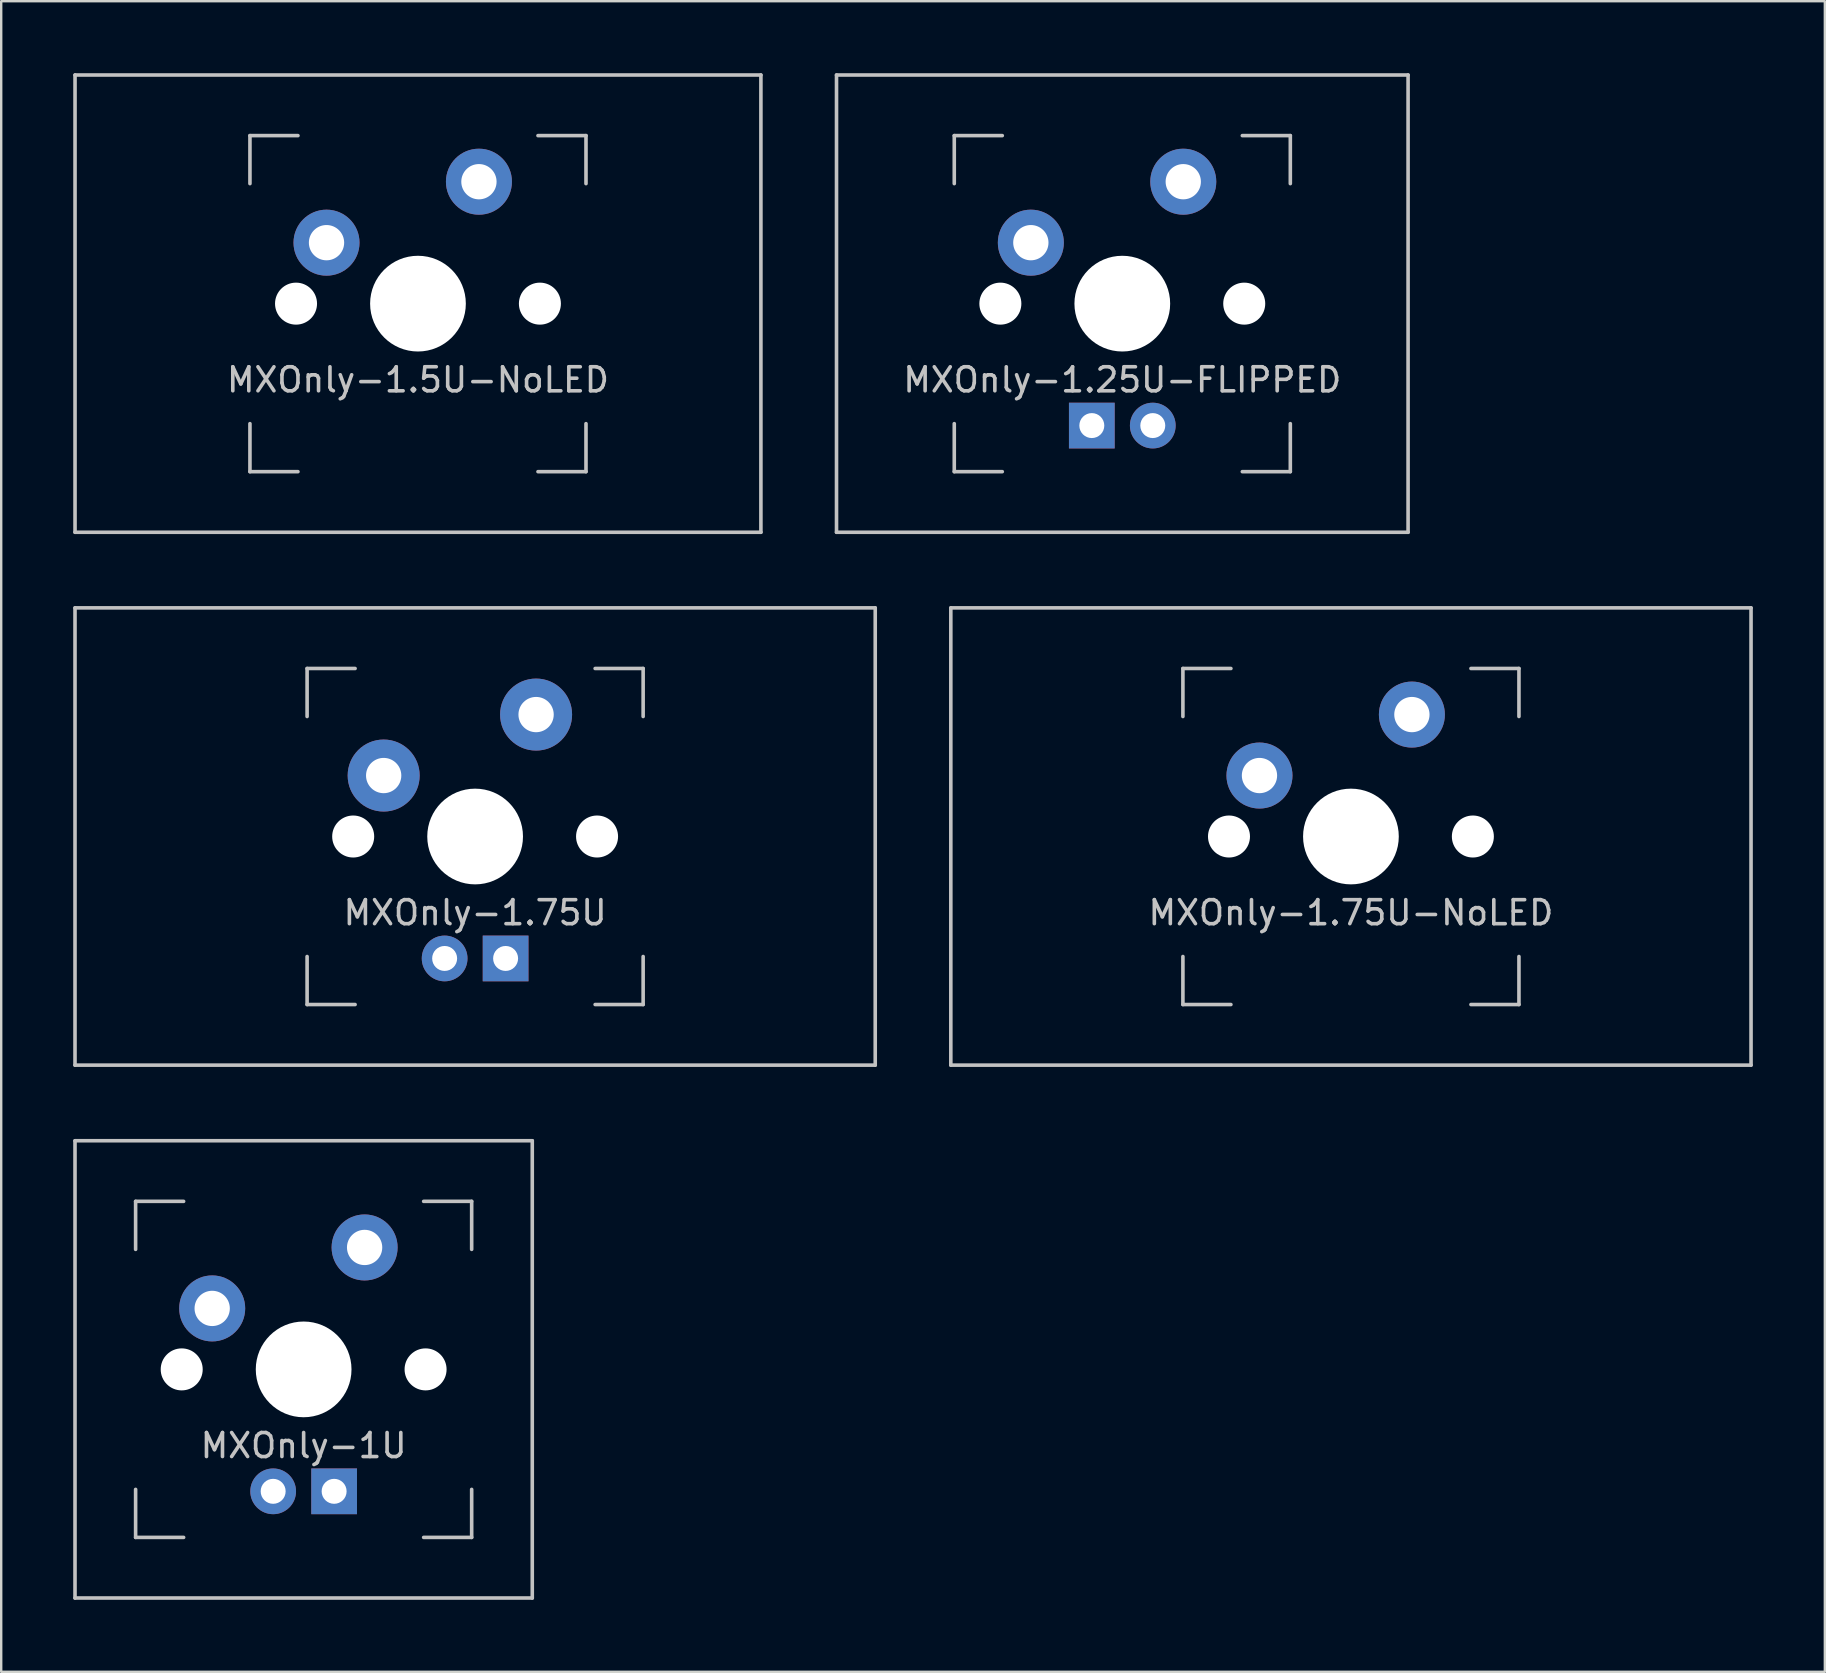
<source format=kicad_pcb>
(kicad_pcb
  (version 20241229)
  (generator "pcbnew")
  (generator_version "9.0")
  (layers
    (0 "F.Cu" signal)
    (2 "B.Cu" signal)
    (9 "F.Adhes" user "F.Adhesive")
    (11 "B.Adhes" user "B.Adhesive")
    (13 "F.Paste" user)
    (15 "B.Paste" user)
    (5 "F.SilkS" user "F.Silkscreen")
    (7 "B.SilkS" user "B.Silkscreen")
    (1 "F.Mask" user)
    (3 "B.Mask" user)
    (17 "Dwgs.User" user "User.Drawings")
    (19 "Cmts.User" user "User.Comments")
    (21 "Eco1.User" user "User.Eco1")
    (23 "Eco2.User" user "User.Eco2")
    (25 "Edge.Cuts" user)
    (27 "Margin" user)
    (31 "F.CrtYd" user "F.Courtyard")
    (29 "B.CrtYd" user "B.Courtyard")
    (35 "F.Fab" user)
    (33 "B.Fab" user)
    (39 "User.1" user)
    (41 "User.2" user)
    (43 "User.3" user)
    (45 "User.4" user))
  (footprint "MXOnly-1.5U-NoLED"
    (layer "F.Cu")
    (at 14.363 9.6)
    (property "Reference" "MXOnly-1.5U-NoLED" (at 0 3.175 0) (layer "Dwgs.User") (effects (font (size 1 1) (thickness 0.15))))
    (attr through_hole)
    (fp_line (start -14.287 -9.525) (end 14.287 -9.525) (stroke (width 0.15) (type solid)) (layer "Dwgs.User"))
    (fp_line (start -14.287 9.525) (end -14.287 -9.525) (stroke (width 0.15) (type solid)) (layer "Dwgs.User"))
    (fp_line (start -14.287 9.525) (end 14.287 9.525) (stroke (width 0.15) (type solid)) (layer "Dwgs.User"))
    (fp_line (start -7 -7) (end -7 -5) (stroke (width 0.15) (type solid)) (layer "Dwgs.User"))
    (fp_line (start -7 5) (end -7 7) (stroke (width 0.15) (type solid)) (layer "Dwgs.User"))
    (fp_line (start -7 7) (end -5 7) (stroke (width 0.15) (type solid)) (layer "Dwgs.User"))
    (fp_line (start -5 -7) (end -7 -7) (stroke (width 0.15) (type solid)) (layer "Dwgs.User"))
    (fp_line (start 5 -7) (end 7 -7) (stroke (width 0.15) (type solid)) (layer "Dwgs.User"))
    (fp_line (start 5 7) (end 7 7) (stroke (width 0.15) (type solid)) (layer "Dwgs.User"))
    (fp_line (start 7 -7) (end 7 -5) (stroke (width 0.15) (type solid)) (layer "Dwgs.User"))
    (fp_line (start 7 7) (end 7 5) (stroke (width 0.15) (type solid)) (layer "Dwgs.User"))
    (fp_line (start 14.287 -9.525) (end 14.287 9.525) (stroke (width 0.15) (type solid)) (layer "Dwgs.User"))
    (pad "" np_thru_hole circle (at -5.08 0 48.1) (size 1.75 1.75) (drill 1.75) (layers "*.Cu" "*.Mask"))
    (pad "" np_thru_hole circle (at 0 0) (size 3.988 3.988) (drill 3.988) (layers "*.Cu" "*.Mask"))
    (pad "" np_thru_hole circle (at 5.08 0 48.1) (size 1.75 1.75) (drill 1.75) (layers "*.Cu" "*.Mask"))
    (pad "1" thru_hole circle (at -3.81 -2.54) (size 2.75 2.75) (drill 1.47) (layers "*.Cu" "B.Mask"))
    (pad "2" thru_hole circle (at 2.54 -5.08) (size 2.75 2.75) (drill 1.47) (layers "*.Cu" "B.Mask")))
  (footprint "MXOnly-1.75U-NoLED"
    (layer "F.Cu")
    (at 53.231 31.8)
    (property "Reference" "MXOnly-1.75U-NoLED" (at 0 3.175 0) (layer "Dwgs.User") (effects (font (size 1 1) (thickness 0.15))))
    (attr through_hole)
    (fp_line (start -16.669 -9.525) (end 16.669 -9.525) (stroke (width 0.15) (type solid)) (layer "Dwgs.User"))
    (fp_line (start -16.669 9.525) (end -16.669 -9.525) (stroke (width 0.15) (type solid)) (layer "Dwgs.User"))
    (fp_line (start -16.669 9.525) (end 16.669 9.525) (stroke (width 0.15) (type solid)) (layer "Dwgs.User"))
    (fp_line (start -7 -7) (end -7 -5) (stroke (width 0.15) (type solid)) (layer "Dwgs.User"))
    (fp_line (start -7 5) (end -7 7) (stroke (width 0.15) (type solid)) (layer "Dwgs.User"))
    (fp_line (start -7 7) (end -5 7) (stroke (width 0.15) (type solid)) (layer "Dwgs.User"))
    (fp_line (start -5 -7) (end -7 -7) (stroke (width 0.15) (type solid)) (layer "Dwgs.User"))
    (fp_line (start 5 -7) (end 7 -7) (stroke (width 0.15) (type solid)) (layer "Dwgs.User"))
    (fp_line (start 5 7) (end 7 7) (stroke (width 0.15) (type solid)) (layer "Dwgs.User"))
    (fp_line (start 7 -7) (end 7 -5) (stroke (width 0.15) (type solid)) (layer "Dwgs.User"))
    (fp_line (start 7 7) (end 7 5) (stroke (width 0.15) (type solid)) (layer "Dwgs.User"))
    (fp_line (start 16.669 -9.525) (end 16.669 9.525) (stroke (width 0.15) (type solid)) (layer "Dwgs.User"))
    (pad "" np_thru_hole circle (at -5.08 0 48.1) (size 1.75 1.75) (drill 1.75) (layers "*.Cu" "*.Mask"))
    (pad "" np_thru_hole circle (at 0 0) (size 3.988 3.988) (drill 3.988) (layers "*.Cu" "*.Mask"))
    (pad "" np_thru_hole circle (at 5.08 0 48.1) (size 1.75 1.75) (drill 1.75) (layers "*.Cu" "*.Mask"))
    (pad "1" thru_hole circle (at -3.81 -2.54) (size 2.75 2.75) (drill 1.47) (layers "*.Cu" "B.Mask"))
    (pad "2" thru_hole circle (at 2.54 -5.08) (size 2.75 2.75) (drill 1.47) (layers "*.Cu" "B.Mask")))
  (footprint "MXOnly-1U"
    (layer "F.Cu")
    (at 9.6 54)
    (property "Reference" "MXOnly-1U" (at 0 3.175 0) (layer "Dwgs.User") (effects (font (size 1 1) (thickness 0.15))))
    (attr through_hole)
    (fp_line (start -9.525 -9.525) (end 9.525 -9.525) (stroke (width 0.15) (type solid)) (layer "Dwgs.User"))
    (fp_line (start -9.525 9.525) (end -9.525 -9.525) (stroke (width 0.15) (type solid)) (layer "Dwgs.User"))
    (fp_line (start -7 -7) (end -7 -5) (stroke (width 0.15) (type solid)) (layer "Dwgs.User"))
    (fp_line (start -7 5) (end -7 7) (stroke (width 0.15) (type solid)) (layer "Dwgs.User"))
    (fp_line (start -7 7) (end -5 7) (stroke (width 0.15) (type solid)) (layer "Dwgs.User"))
    (fp_line (start -5 -7) (end -7 -7) (stroke (width 0.15) (type solid)) (layer "Dwgs.User"))
    (fp_line (start 5 -7) (end 7 -7) (stroke (width 0.15) (type solid)) (layer "Dwgs.User"))
    (fp_line (start 5 7) (end 7 7) (stroke (width 0.15) (type solid)) (layer "Dwgs.User"))
    (fp_line (start 7 -7) (end 7 -5) (stroke (width 0.15) (type solid)) (layer "Dwgs.User"))
    (fp_line (start 7 7) (end 7 5) (stroke (width 0.15) (type solid)) (layer "Dwgs.User"))
    (fp_line (start 9.525 -9.525) (end 9.525 9.525) (stroke (width 0.15) (type solid)) (layer "Dwgs.User"))
    (fp_line (start 9.525 9.525) (end -9.525 9.525) (stroke (width 0.15) (type solid)) (layer "Dwgs.User"))
    (pad "" np_thru_hole circle (at -5.08 0 48.1) (size 1.75 1.75) (drill 1.75) (layers "*.Cu" "*.Mask"))
    (pad "" np_thru_hole circle (at 0 0) (size 3.988 3.988) (drill 3.988) (layers "*.Cu" "*.Mask"))
    (pad "" np_thru_hole circle (at 5.08 0 48.1) (size 1.75 1.75) (drill 1.75) (layers "*.Cu" "*.Mask"))
    (pad "1" thru_hole circle (at -3.81 -2.54) (size 2.75 2.75) (drill 1.47) (layers "*.Cu" "B.Mask"))
    (pad "2" thru_hole circle (at 2.54 -5.08) (size 2.75 2.75) (drill 1.47) (layers "*.Cu" "B.Mask"))
    (pad "3" thru_hole circle (at -1.27 5.08) (size 1.905 1.905) (drill 1.04) (layers "*.Cu" "B.Mask"))
    (pad "4" thru_hole rect (at 1.27 5.08) (size 1.905 1.905) (drill 1.04) (layers "*.Cu" "B.Mask")))
  (footprint "MXOnly-1.75U"
    (layer "F.Cu")
    (at 16.744 31.8)
    (property "Reference" "MXOnly-1.75U" (at 0 3.175 0) (layer "Dwgs.User") (effects (font (size 1 1) (thickness 0.15))))
    (attr through_hole)
    (fp_line (start -16.669 -9.525) (end 16.669 -9.525) (stroke (width 0.15) (type solid)) (layer "Dwgs.User"))
    (fp_line (start -16.669 9.525) (end -16.669 -9.525) (stroke (width 0.15) (type solid)) (layer "Dwgs.User"))
    (fp_line (start -16.669 9.525) (end 16.669 9.525) (stroke (width 0.15) (type solid)) (layer "Dwgs.User"))
    (fp_line (start -7 -7) (end -7 -5) (stroke (width 0.15) (type solid)) (layer "Dwgs.User"))
    (fp_line (start -7 5) (end -7 7) (stroke (width 0.15) (type solid)) (layer "Dwgs.User"))
    (fp_line (start -7 7) (end -5 7) (stroke (width 0.15) (type solid)) (layer "Dwgs.User"))
    (fp_line (start -5 -7) (end -7 -7) (stroke (width 0.15) (type solid)) (layer "Dwgs.User"))
    (fp_line (start 5 -7) (end 7 -7) (stroke (width 0.15) (type solid)) (layer "Dwgs.User"))
    (fp_line (start 5 7) (end 7 7) (stroke (width 0.15) (type solid)) (layer "Dwgs.User"))
    (fp_line (start 7 -7) (end 7 -5) (stroke (width 0.15) (type solid)) (layer "Dwgs.User"))
    (fp_line (start 7 7) (end 7 5) (stroke (width 0.15) (type solid)) (layer "Dwgs.User"))
    (fp_line (start 16.669 -9.525) (end 16.669 9.525) (stroke (width 0.15) (type solid)) (layer "Dwgs.User"))
    (pad "" np_thru_hole circle (at -5.08 0 48.1) (size 1.75 1.75) (drill 1.75) (layers "*.Cu" "*.Mask"))
    (pad "" np_thru_hole circle (at 0 0) (size 3.988 3.988) (drill 3.988) (layers "*.Cu" "*.Mask"))
    (pad "" np_thru_hole circle (at 5.08 0 48.1) (size 1.75 1.75) (drill 1.75) (layers "*.Cu" "*.Mask"))
    (pad "1" thru_hole circle (at -3.81 -2.54) (size 3 3) (drill 1.47) (layers "*.Cu" "B.Mask"))
    (pad "2" thru_hole circle (at 2.54 -5.08) (size 3 3) (drill 1.47) (layers "*.Cu" "B.Mask"))
    (pad "3" thru_hole circle (at -1.27 5.08) (size 1.905 1.905) (drill 1.04) (layers "*.Cu" "B.Mask"))
    (pad "4" thru_hole rect (at 1.27 5.08) (size 1.905 1.905) (drill 1.04) (layers "*.Cu" "B.Mask")))
  (footprint "MXOnly-1.25U-FLIPPED"
    (layer "F.Cu")
    (at 43.706 9.6)
    (property "Reference" "MXOnly-1.25U-FLIPPED" (at 0 3.175 0) (layer "Dwgs.User") (effects (font (size 1 1) (thickness 0.15))))
    (attr through_hole)
    (fp_line (start -11.906 -9.525) (end 11.906 -9.525) (stroke (width 0.15) (type solid)) (layer "Dwgs.User"))
    (fp_line (start -11.906 9.525) (end -11.906 -9.525) (stroke (width 0.15) (type solid)) (layer "Dwgs.User"))
    (fp_line (start -11.906 9.525) (end 11.906 9.525) (stroke (width 0.15) (type solid)) (layer "Dwgs.User"))
    (fp_line (start -7 -7) (end -7 -5) (stroke (width 0.15) (type solid)) (layer "Dwgs.User"))
    (fp_line (start -7 5) (end -7 7) (stroke (width 0.15) (type solid)) (layer "Dwgs.User"))
    (fp_line (start -7 7) (end -5 7) (stroke (width 0.15) (type solid)) (layer "Dwgs.User"))
    (fp_line (start -5 -7) (end -7 -7) (stroke (width 0.15) (type solid)) (layer "Dwgs.User"))
    (fp_line (start 5 -7) (end 7 -7) (stroke (width 0.15) (type solid)) (layer "Dwgs.User"))
    (fp_line (start 5 7) (end 7 7) (stroke (width 0.15) (type solid)) (layer "Dwgs.User"))
    (fp_line (start 7 -7) (end 7 -5) (stroke (width 0.15) (type solid)) (layer "Dwgs.User"))
    (fp_line (start 7 7) (end 7 5) (stroke (width 0.15) (type solid)) (layer "Dwgs.User"))
    (fp_line (start 11.906 -9.525) (end 11.906 9.525) (stroke (width 0.15) (type solid)) (layer "Dwgs.User"))
    (pad "" np_thru_hole circle (at -5.08 0 48.1) (size 1.75 1.75) (drill 1.75) (layers "*.Cu" "*.Mask"))
    (pad "" np_thru_hole circle (at 0 0) (size 3.988 3.988) (drill 3.988) (layers "*.Cu" "*.Mask"))
    (pad "" np_thru_hole circle (at 5.08 0 48.1) (size 1.75 1.75) (drill 1.75) (layers "*.Cu" "*.Mask"))
    (pad "1" thru_hole circle (at -3.81 -2.54) (size 2.75 2.75) (drill 1.47) (layers "*.Cu" "B.Mask"))
    (pad "2" thru_hole circle (at 2.54 -5.08) (size 2.75 2.75) (drill 1.47) (layers "*.Cu" "B.Mask"))
    (pad "3" thru_hole circle (at 1.27 5.08) (size 1.905 1.905) (drill 1.04) (layers "*.Cu" "B.Mask"))
    (pad "4" thru_hole rect (at -1.27 5.08) (size 1.905 1.905) (drill 1.04) (layers "*.Cu" "B.Mask")))
  (gr_rect
    (start -3 -3)
    (end 72.975 66.6)
    (stroke (width 0.1) (type default))
    (fill no)
    (layer "Edge.Cuts")))
</source>
